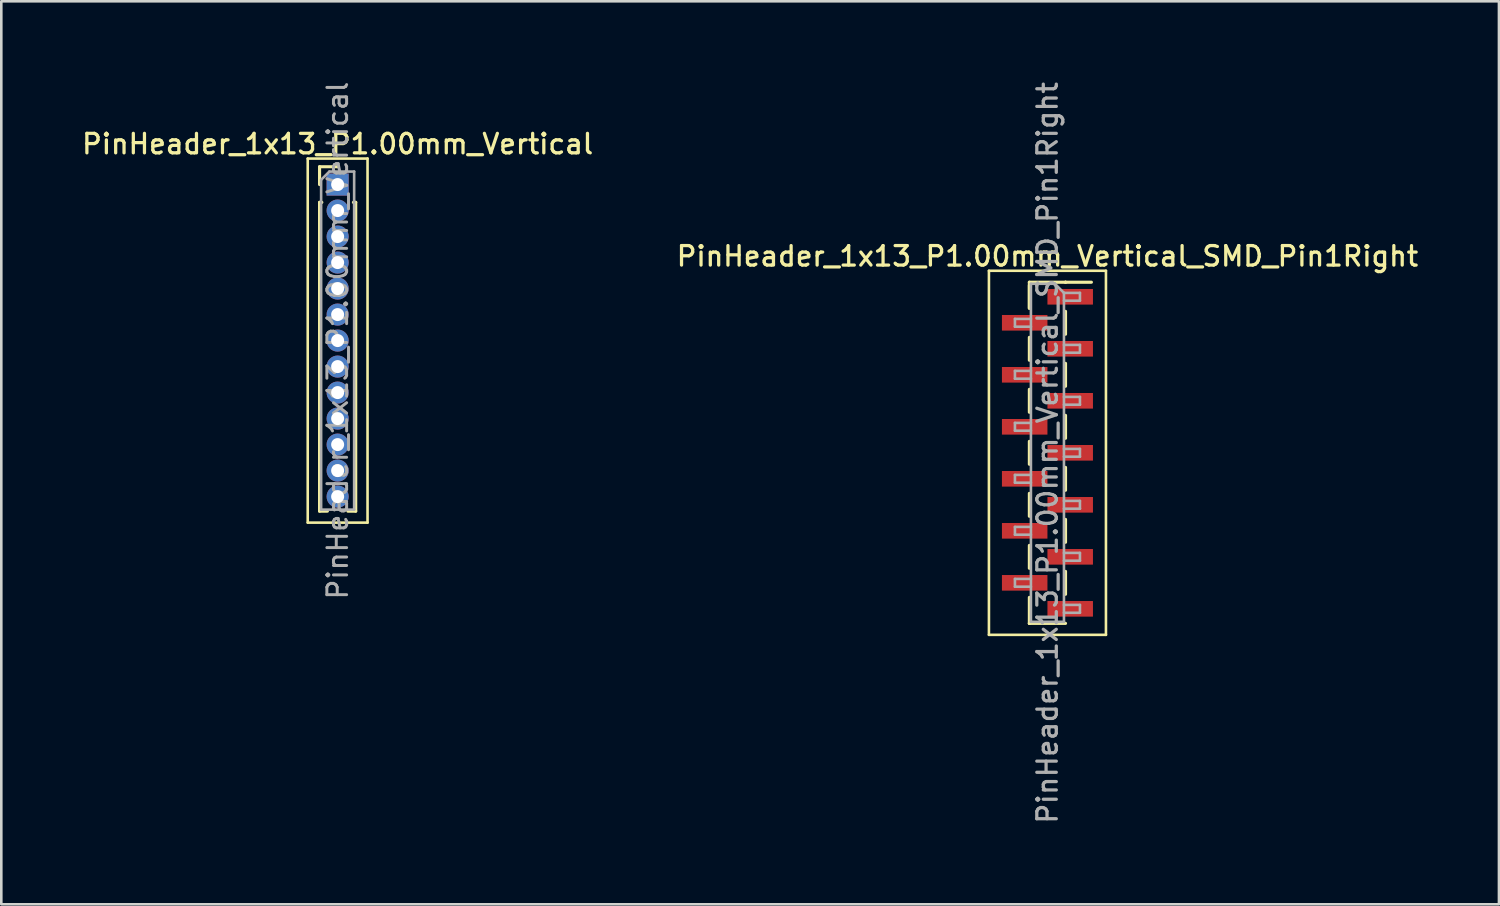
<source format=kicad_pcb>
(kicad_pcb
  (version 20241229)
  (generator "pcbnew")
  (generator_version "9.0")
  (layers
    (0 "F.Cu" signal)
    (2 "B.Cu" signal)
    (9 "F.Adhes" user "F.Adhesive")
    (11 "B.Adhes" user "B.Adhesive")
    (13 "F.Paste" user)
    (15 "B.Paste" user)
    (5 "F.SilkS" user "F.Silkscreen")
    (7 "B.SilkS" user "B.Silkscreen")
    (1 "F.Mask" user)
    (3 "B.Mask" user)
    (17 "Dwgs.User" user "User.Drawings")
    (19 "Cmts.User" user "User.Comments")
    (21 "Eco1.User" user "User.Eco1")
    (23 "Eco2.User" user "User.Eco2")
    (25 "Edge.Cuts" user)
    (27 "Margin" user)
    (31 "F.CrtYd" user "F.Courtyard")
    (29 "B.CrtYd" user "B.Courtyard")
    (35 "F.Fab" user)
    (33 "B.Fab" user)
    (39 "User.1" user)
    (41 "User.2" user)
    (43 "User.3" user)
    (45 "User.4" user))
  (footprint "PinHeader_1x13_P1.00mm_Vertical"
    (layer "F.Cu")
    (at 9.934 4.047)
    (property "Reference" "PinHeader_1x13_P1.00mm_Vertical" (at 0 -1.56 0) (layer "F.SilkS") (effects (font (size 0.75 0.75) (thickness 0.125))))
    (attr through_hole)
    (fp_line (start -1.15 -1) (end -1.15 13) (stroke (width 0.1) (type solid)) (layer "F.SilkS"))
    (fp_line (start -1.15 13) (end 1.15 13) (stroke (width 0.1) (type solid)) (layer "F.SilkS"))
    (fp_line (start -0.695 -0.685) (end 0 -0.685) (stroke (width 0.12) (type solid)) (layer "F.SilkS"))
    (fp_line (start -0.695 0) (end -0.695 -0.685) (stroke (width 0.12) (type solid)) (layer "F.SilkS"))
    (fp_line (start -0.695 0.685) (end -0.695 12.56) (stroke (width 0.12) (type solid)) (layer "F.SilkS"))
    (fp_line (start -0.695 0.685) (end -0.608 0.685) (stroke (width 0.12) (type solid)) (layer "F.SilkS"))
    (fp_line (start -0.695 12.56) (end -0.394 12.56) (stroke (width 0.12) (type solid)) (layer "F.SilkS"))
    (fp_line (start 0.394 12.56) (end 0.695 12.56) (stroke (width 0.12) (type solid)) (layer "F.SilkS"))
    (fp_line (start 0.608 0.685) (end 0.695 0.685) (stroke (width 0.12) (type solid)) (layer "F.SilkS"))
    (fp_line (start 0.695 0.685) (end 0.695 12.56) (stroke (width 0.12) (type solid)) (layer "F.SilkS"))
    (fp_line (start 1.15 -1) (end -1.15 -1) (stroke (width 0.1) (type solid)) (layer "F.SilkS"))
    (fp_line (start 1.15 13) (end 1.15 -1) (stroke (width 0.1) (type solid)) (layer "F.SilkS"))
    (fp_line (start -0.635 -0.182) (end -0.318 -0.5) (stroke (width 0.1) (type solid)) (layer "F.Fab"))
    (fp_line (start -0.635 12.5) (end -0.635 -0.182) (stroke (width 0.1) (type solid)) (layer "F.Fab"))
    (fp_line (start -0.318 -0.5) (end 0.635 -0.5) (stroke (width 0.1) (type solid)) (layer "F.Fab"))
    (fp_line (start 0.635 -0.5) (end 0.635 12.5) (stroke (width 0.1) (type solid)) (layer "F.Fab"))
    (fp_line (start 0.635 12.5) (end -0.635 12.5) (stroke (width 0.1) (type solid)) (layer "F.Fab"))
    (fp_text user "${REFERENCE}" (at 0 6 90) (layer "F.Fab") (effects (font (size 0.76 0.76) (thickness 0.114))))
    (pad "1" thru_hole rect (at 0 0) (size 0.85 0.85) (drill 0.5) (layers "*.Cu" "*.Mask"))
    (pad "2" thru_hole oval (at 0 1) (size 0.85 0.85) (drill 0.5) (layers "*.Cu" "*.Mask"))
    (pad "3" thru_hole oval (at 0 2) (size 0.85 0.85) (drill 0.5) (layers "*.Cu" "*.Mask"))
    (pad "4" thru_hole oval (at 0 3) (size 0.85 0.85) (drill 0.5) (layers "*.Cu" "*.Mask"))
    (pad "5" thru_hole oval (at 0 4) (size 0.85 0.85) (drill 0.5) (layers "*.Cu" "*.Mask"))
    (pad "6" thru_hole oval (at 0 5) (size 0.85 0.85) (drill 0.5) (layers "*.Cu" "*.Mask"))
    (pad "7" thru_hole oval (at 0 6) (size 0.85 0.85) (drill 0.5) (layers "*.Cu" "*.Mask"))
    (pad "8" thru_hole oval (at 0 7) (size 0.85 0.85) (drill 0.5) (layers "*.Cu" "*.Mask"))
    (pad "9" thru_hole oval (at 0 8) (size 0.85 0.85) (drill 0.5) (layers "*.Cu" "*.Mask"))
    (pad "10" thru_hole oval (at 0 9) (size 0.85 0.85) (drill 0.5) (layers "*.Cu" "*.Mask"))
    (pad "11" thru_hole oval (at 0 10) (size 0.85 0.85) (drill 0.5) (layers "*.Cu" "*.Mask"))
    (pad "12" thru_hole oval (at 0 11) (size 0.85 0.85) (drill 0.5) (layers "*.Cu" "*.Mask"))
    (pad "13" thru_hole oval (at 0 12) (size 0.85 0.85) (drill 0.5) (layers "*.Cu" "*.Mask")))
  (footprint "PinHeader_1x13_P1.00mm_Vertical_SMD_Pin1Right"
    (layer "F.Cu")
    (at 37.23 14.363)
    (property "Reference" "PinHeader_1x13_P1.00mm_Vertical_SMD_Pin1Right" (at 0 -7.56 0) (layer "F.SilkS") (effects (font (size 0.75 0.75) (thickness 0.125))))
    (attr smd)
    (fp_line (start -2.25 -7) (end -2.25 7) (stroke (width 0.1) (type solid)) (layer "F.SilkS"))
    (fp_line (start -2.25 7) (end 2.25 7) (stroke (width 0.1) (type solid)) (layer "F.SilkS"))
    (fp_line (start -0.695 -6.56) (end -0.695 -5.56) (stroke (width 0.12) (type solid)) (layer "F.SilkS"))
    (fp_line (start -0.695 -6.56) (end 0.695 -6.56) (stroke (width 0.12) (type solid)) (layer "F.SilkS"))
    (fp_line (start -0.695 -6.44) (end -0.695 -5.56) (stroke (width 0.12) (type solid)) (layer "F.SilkS"))
    (fp_line (start -0.695 -4.44) (end -0.695 -3.56) (stroke (width 0.12) (type solid)) (layer "F.SilkS"))
    (fp_line (start -0.695 -2.44) (end -0.695 -1.56) (stroke (width 0.12) (type solid)) (layer "F.SilkS"))
    (fp_line (start -0.695 -0.44) (end -0.695 0.44) (stroke (width 0.12) (type solid)) (layer "F.SilkS"))
    (fp_line (start -0.695 1.56) (end -0.695 2.44) (stroke (width 0.12) (type solid)) (layer "F.SilkS"))
    (fp_line (start -0.695 3.56) (end -0.695 4.44) (stroke (width 0.12) (type solid)) (layer "F.SilkS"))
    (fp_line (start -0.695 5.56) (end -0.695 6.56) (stroke (width 0.12) (type solid)) (layer "F.SilkS"))
    (fp_line (start -0.695 6.56) (end -0.695 6.56) (stroke (width 0.12) (type solid)) (layer "F.SilkS"))
    (fp_line (start -0.695 6.56) (end 0.695 6.56) (stroke (width 0.12) (type solid)) (layer "F.SilkS"))
    (fp_line (start 0.695 -6.56) (end 0.695 -6.56) (stroke (width 0.12) (type solid)) (layer "F.SilkS"))
    (fp_line (start 0.695 -6.56) (end 1.69 -6.56) (stroke (width 0.12) (type solid)) (layer "F.SilkS"))
    (fp_line (start 0.695 -5.44) (end 0.695 -4.56) (stroke (width 0.12) (type solid)) (layer "F.SilkS"))
    (fp_line (start 0.695 -3.44) (end 0.695 -2.56) (stroke (width 0.12) (type solid)) (layer "F.SilkS"))
    (fp_line (start 0.695 -1.44) (end 0.695 -0.56) (stroke (width 0.12) (type solid)) (layer "F.SilkS"))
    (fp_line (start 0.695 0.56) (end 0.695 1.44) (stroke (width 0.12) (type solid)) (layer "F.SilkS"))
    (fp_line (start 0.695 2.56) (end 0.695 3.44) (stroke (width 0.12) (type solid)) (layer "F.SilkS"))
    (fp_line (start 0.695 4.56) (end 0.695 5.44) (stroke (width 0.12) (type solid)) (layer "F.SilkS"))
    (fp_line (start 2.25 -7) (end -2.25 -7) (stroke (width 0.1) (type solid)) (layer "F.SilkS"))
    (fp_line (start 2.25 7) (end 2.25 -7) (stroke (width 0.1) (type solid)) (layer "F.SilkS"))
    (fp_line (start -1.25 -5.15) (end -1.25 -4.85) (stroke (width 0.1) (type solid)) (layer "F.Fab"))
    (fp_line (start -1.25 -4.85) (end -0.635 -4.85) (stroke (width 0.1) (type solid)) (layer "F.Fab"))
    (fp_line (start -1.25 -3.15) (end -1.25 -2.85) (stroke (width 0.1) (type solid)) (layer "F.Fab"))
    (fp_line (start -1.25 -2.85) (end -0.635 -2.85) (stroke (width 0.1) (type solid)) (layer "F.Fab"))
    (fp_line (start -1.25 -1.15) (end -1.25 -0.85) (stroke (width 0.1) (type solid)) (layer "F.Fab"))
    (fp_line (start -1.25 -0.85) (end -0.635 -0.85) (stroke (width 0.1) (type solid)) (layer "F.Fab"))
    (fp_line (start -1.25 0.85) (end -1.25 1.15) (stroke (width 0.1) (type solid)) (layer "F.Fab"))
    (fp_line (start -1.25 1.15) (end -0.635 1.15) (stroke (width 0.1) (type solid)) (layer "F.Fab"))
    (fp_line (start -1.25 2.85) (end -1.25 3.15) (stroke (width 0.1) (type solid)) (layer "F.Fab"))
    (fp_line (start -1.25 3.15) (end -0.635 3.15) (stroke (width 0.1) (type solid)) (layer "F.Fab"))
    (fp_line (start -1.25 4.85) (end -1.25 5.15) (stroke (width 0.1) (type solid)) (layer "F.Fab"))
    (fp_line (start -1.25 5.15) (end -0.635 5.15) (stroke (width 0.1) (type solid)) (layer "F.Fab"))
    (fp_line (start -0.635 -6.5) (end -0.635 6.5) (stroke (width 0.1) (type solid)) (layer "F.Fab"))
    (fp_line (start -0.635 -6.5) (end 0.285 -6.5) (stroke (width 0.1) (type solid)) (layer "F.Fab"))
    (fp_line (start -0.635 -5.15) (end -1.25 -5.15) (stroke (width 0.1) (type solid)) (layer "F.Fab"))
    (fp_line (start -0.635 -3.15) (end -1.25 -3.15) (stroke (width 0.1) (type solid)) (layer "F.Fab"))
    (fp_line (start -0.635 -1.15) (end -1.25 -1.15) (stroke (width 0.1) (type solid)) (layer "F.Fab"))
    (fp_line (start -0.635 0.85) (end -1.25 0.85) (stroke (width 0.1) (type solid)) (layer "F.Fab"))
    (fp_line (start -0.635 2.85) (end -1.25 2.85) (stroke (width 0.1) (type solid)) (layer "F.Fab"))
    (fp_line (start -0.635 4.85) (end -1.25 4.85) (stroke (width 0.1) (type solid)) (layer "F.Fab"))
    (fp_line (start 0.635 -6.15) (end 0.285 -6.5) (stroke (width 0.1) (type solid)) (layer "F.Fab"))
    (fp_line (start 0.635 -6.15) (end 1.25 -6.15) (stroke (width 0.1) (type solid)) (layer "F.Fab"))
    (fp_line (start 0.635 -4.15) (end 1.25 -4.15) (stroke (width 0.1) (type solid)) (layer "F.Fab"))
    (fp_line (start 0.635 -2.15) (end 1.25 -2.15) (stroke (width 0.1) (type solid)) (layer "F.Fab"))
    (fp_line (start 0.635 -0.15) (end 1.25 -0.15) (stroke (width 0.1) (type solid)) (layer "F.Fab"))
    (fp_line (start 0.635 1.85) (end 1.25 1.85) (stroke (width 0.1) (type solid)) (layer "F.Fab"))
    (fp_line (start 0.635 3.85) (end 1.25 3.85) (stroke (width 0.1) (type solid)) (layer "F.Fab"))
    (fp_line (start 0.635 5.85) (end 1.25 5.85) (stroke (width 0.1) (type solid)) (layer "F.Fab"))
    (fp_line (start 0.635 6.5) (end -0.635 6.5) (stroke (width 0.1) (type solid)) (layer "F.Fab"))
    (fp_line (start 0.635 6.5) (end 0.635 -6.15) (stroke (width 0.1) (type solid)) (layer "F.Fab"))
    (fp_line (start 1.25 -6.15) (end 1.25 -5.85) (stroke (width 0.1) (type solid)) (layer "F.Fab"))
    (fp_line (start 1.25 -5.85) (end 0.635 -5.85) (stroke (width 0.1) (type solid)) (layer "F.Fab"))
    (fp_line (start 1.25 -4.15) (end 1.25 -3.85) (stroke (width 0.1) (type solid)) (layer "F.Fab"))
    (fp_line (start 1.25 -3.85) (end 0.635 -3.85) (stroke (width 0.1) (type solid)) (layer "F.Fab"))
    (fp_line (start 1.25 -2.15) (end 1.25 -1.85) (stroke (width 0.1) (type solid)) (layer "F.Fab"))
    (fp_line (start 1.25 -1.85) (end 0.635 -1.85) (stroke (width 0.1) (type solid)) (layer "F.Fab"))
    (fp_line (start 1.25 -0.15) (end 1.25 0.15) (stroke (width 0.1) (type solid)) (layer "F.Fab"))
    (fp_line (start 1.25 0.15) (end 0.635 0.15) (stroke (width 0.1) (type solid)) (layer "F.Fab"))
    (fp_line (start 1.25 1.85) (end 1.25 2.15) (stroke (width 0.1) (type solid)) (layer "F.Fab"))
    (fp_line (start 1.25 2.15) (end 0.635 2.15) (stroke (width 0.1) (type solid)) (layer "F.Fab"))
    (fp_line (start 1.25 3.85) (end 1.25 4.15) (stroke (width 0.1) (type solid)) (layer "F.Fab"))
    (fp_line (start 1.25 4.15) (end 0.635 4.15) (stroke (width 0.1) (type solid)) (layer "F.Fab"))
    (fp_line (start 1.25 5.85) (end 1.25 6.15) (stroke (width 0.1) (type solid)) (layer "F.Fab"))
    (fp_line (start 1.25 6.15) (end 0.635 6.15) (stroke (width 0.1) (type solid)) (layer "F.Fab"))
    (fp_text user "${REFERENCE}" (at 0 0 90) (layer "F.Fab") (effects (font (size 0.75 0.75) (thickness 0.125))))
    (pad "1" smd rect (at 0.875 -6) (size 1.75 0.6) (layers "F.Cu" "F.Mask" "F.Paste"))
    (pad "2" smd rect (at -0.875 -5) (size 1.75 0.6) (layers "F.Cu" "F.Mask" "F.Paste"))
    (pad "3" smd rect (at 0.875 -4) (size 1.75 0.6) (layers "F.Cu" "F.Mask" "F.Paste"))
    (pad "4" smd rect (at -0.875 -3) (size 1.75 0.6) (layers "F.Cu" "F.Mask" "F.Paste"))
    (pad "5" smd rect (at 0.875 -2) (size 1.75 0.6) (layers "F.Cu" "F.Mask" "F.Paste"))
    (pad "6" smd rect (at -0.875 -1) (size 1.75 0.6) (layers "F.Cu" "F.Mask" "F.Paste"))
    (pad "7" smd rect (at 0.875 0) (size 1.75 0.6) (layers "F.Cu" "F.Mask" "F.Paste"))
    (pad "8" smd rect (at -0.875 1) (size 1.75 0.6) (layers "F.Cu" "F.Mask" "F.Paste"))
    (pad "9" smd rect (at 0.875 2) (size 1.75 0.6) (layers "F.Cu" "F.Mask" "F.Paste"))
    (pad "10" smd rect (at -0.875 3) (size 1.75 0.6) (layers "F.Cu" "F.Mask" "F.Paste"))
    (pad "11" smd rect (at 0.875 4) (size 1.75 0.6) (layers "F.Cu" "F.Mask" "F.Paste"))
    (pad "12" smd rect (at -0.875 5) (size 1.75 0.6) (layers "F.Cu" "F.Mask" "F.Paste"))
    (pad "13" smd rect (at 0.875 6) (size 1.75 0.6) (layers "F.Cu" "F.Mask" "F.Paste")))
  (gr_rect
    (start -3 -3)
    (end 54.593 31.725)
    (stroke (width 0.1) (type default))
    (fill no)
    (layer "Edge.Cuts")))
</source>
